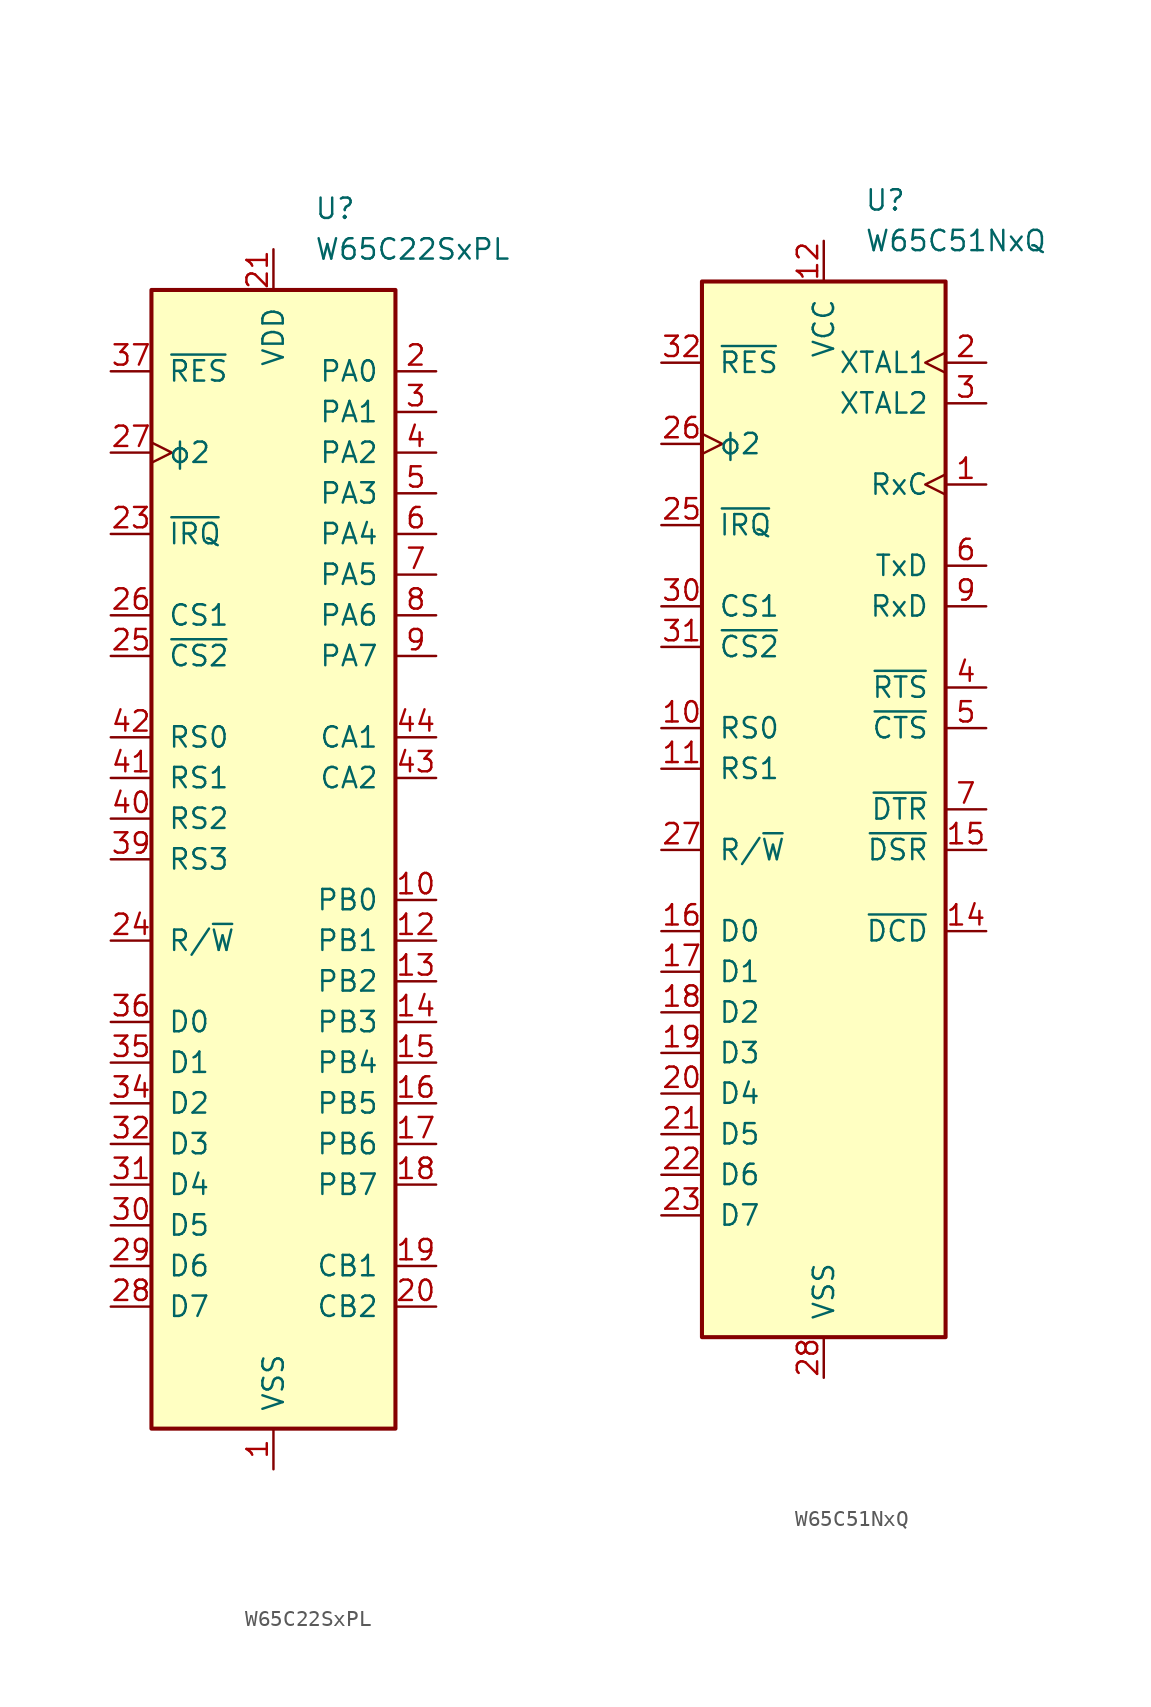
<source format=kicad_sym>
(kicad_symbol_lib
  (version 20211014)
  (generator kicad_symbol_editor)
  (symbol "W65C22SxPL"
    (pin_names
      (offset 1.016))
    (property "Reference" "U"
      (at 2.54 40.64 0)
      (effects (font (size 1.27 1.27)) (justify left)))
    (property "Value" "W65C22SxPL"
      (at 2.54 38.1 0)
      (effects (font (size 1.27 1.27)) (justify left)))
    (symbol "W65C22SxPL_0_1"
      (rectangle (start -7.62 35.56) (end 7.62 -35.56) (stroke (width 0.254) (type default) (color 0 0 0 0)) (fill (type background))))
    (symbol "W65C22SxPL_1_1"
      (pin power_in line (at 0 -38.1 90) (length 2.54) (name "VSS" (effects (font (size 1.27 1.27)))) (number "1" (effects (font (size 1.27 1.27)))))
      (pin bidirectional line (at 10.16 -2.54 180) (length 2.54) (name "PB0" (effects (font (size 1.27 1.27)))) (number "10" (effects (font (size 1.27 1.27)))))
      (pin no_connect non_logic (at -7.62 22.86 0) (length 2.54) hide (name "nc" (effects (font (size 1.27 1.27)))) (number "11" (effects (font (size 1.27 1.27)))))
      (pin bidirectional line (at 10.16 -5.08 180) (length 2.54) (name "PB1" (effects (font (size 1.27 1.27)))) (number "12" (effects (font (size 1.27 1.27)))))
      (pin bidirectional line (at 10.16 -7.62 180) (length 2.54) (name "PB2" (effects (font (size 1.27 1.27)))) (number "13" (effects (font (size 1.27 1.27)))))
      (pin bidirectional line (at 10.16 -10.16 180) (length 2.54) (name "PB3" (effects (font (size 1.27 1.27)))) (number "14" (effects (font (size 1.27 1.27)))))
      (pin bidirectional line (at 10.16 -12.7 180) (length 2.54) (name "PB4" (effects (font (size 1.27 1.27)))) (number "15" (effects (font (size 1.27 1.27)))))
      (pin bidirectional line (at 10.16 -15.24 180) (length 2.54) (name "PB5" (effects (font (size 1.27 1.27)))) (number "16" (effects (font (size 1.27 1.27)))))
      (pin bidirectional line (at 10.16 -17.78 180) (length 2.54) (name "PB6" (effects (font (size 1.27 1.27)))) (number "17" (effects (font (size 1.27 1.27)))))
      (pin bidirectional line (at 10.16 -20.32 180) (length 2.54) (name "PB7" (effects (font (size 1.27 1.27)))) (number "18" (effects (font (size 1.27 1.27)))))
      (pin input line (at 10.16 -25.4 180) (length 2.54) (name "CB1" (effects (font (size 1.27 1.27)))) (number "19" (effects (font (size 1.27 1.27)))))
      (pin bidirectional line (at 10.16 30.48 180) (length 2.54) (name "PA0" (effects (font (size 1.27 1.27)))) (number "2" (effects (font (size 1.27 1.27)))))
      (pin bidirectional line (at 10.16 -27.94 180) (length 2.54) (name "CB2" (effects (font (size 1.27 1.27)))) (number "20" (effects (font (size 1.27 1.27)))))
      (pin power_in line (at 0 38.1 270) (length 2.54) (name "VDD" (effects (font (size 1.27 1.27)))) (number "21" (effects (font (size 1.27 1.27)))))
      (pin no_connect non_logic (at -7.62 10.16 0) (length 2.54) hide (name "nc" (effects (font (size 1.27 1.27)))) (number "22" (effects (font (size 1.27 1.27)))))
      (pin output line (at -10.16 20.32 0) (length 2.54) (name "~{IRQ}" (effects (font (size 1.27 1.27)))) (number "23" (effects (font (size 1.27 1.27)))))
      (pin input line (at -10.16 -5.08 0) (length 2.54) (name "R/~{W}" (effects (font (size 1.27 1.27)))) (number "24" (effects (font (size 1.27 1.27)))))
      (pin input line (at -10.16 12.7 0) (length 2.54) (name "~{CS2}" (effects (font (size 1.27 1.27)))) (number "25" (effects (font (size 1.27 1.27)))))
      (pin input line (at -10.16 15.24 0) (length 2.54) (name "CS1" (effects (font (size 1.27 1.27)))) (number "26" (effects (font (size 1.27 1.27)))))
      (pin input clock (at -10.16 25.4 0) (length 2.54) (name "ϕ2" (effects (font (size 1.27 1.27)))) (number "27" (effects (font (size 1.27 1.27)))))
      (pin bidirectional line (at -10.16 -27.94 0) (length 2.54) (name "D7" (effects (font (size 1.27 1.27)))) (number "28" (effects (font (size 1.27 1.27)))))
      (pin bidirectional line (at -10.16 -25.4 0) (length 2.54) (name "D6" (effects (font (size 1.27 1.27)))) (number "29" (effects (font (size 1.27 1.27)))))
      (pin bidirectional line (at 10.16 27.94 180) (length 2.54) (name "PA1" (effects (font (size 1.27 1.27)))) (number "3" (effects (font (size 1.27 1.27)))))
      (pin bidirectional line (at -10.16 -22.86 0) (length 2.54) (name "D5" (effects (font (size 1.27 1.27)))) (number "30" (effects (font (size 1.27 1.27)))))
      (pin bidirectional line (at -10.16 -20.32 0) (length 2.54) (name "D4" (effects (font (size 1.27 1.27)))) (number "31" (effects (font (size 1.27 1.27)))))
      (pin bidirectional line (at -10.16 -17.78 0) (length 2.54) (name "D3" (effects (font (size 1.27 1.27)))) (number "32" (effects (font (size 1.27 1.27)))))
      (pin no_connect non_logic (at -7.62 -7.62 0) (length 2.54) hide (name "nc" (effects (font (size 1.27 1.27)))) (number "33" (effects (font (size 1.27 1.27)))))
      (pin bidirectional line (at -10.16 -15.24 0) (length 2.54) (name "D2" (effects (font (size 1.27 1.27)))) (number "34" (effects (font (size 1.27 1.27)))))
      (pin bidirectional line (at -10.16 -12.7 0) (length 2.54) (name "D1" (effects (font (size 1.27 1.27)))) (number "35" (effects (font (size 1.27 1.27)))))
      (pin bidirectional line (at -10.16 -10.16 0) (length 2.54) (name "D0" (effects (font (size 1.27 1.27)))) (number "36" (effects (font (size 1.27 1.27)))))
      (pin input line (at -10.16 30.48 0) (length 2.54) (name "~{RES}" (effects (font (size 1.27 1.27)))) (number "37" (effects (font (size 1.27 1.27)))))
      (pin no_connect non_logic (at -7.62 -30.48 0) (length 2.54) hide (name "nc" (effects (font (size 1.27 1.27)))) (number "38" (effects (font (size 1.27 1.27)))))
      (pin input line (at -10.16 0 0) (length 2.54) (name "RS3" (effects (font (size 1.27 1.27)))) (number "39" (effects (font (size 1.27 1.27)))))
      (pin bidirectional line (at 10.16 25.4 180) (length 2.54) (name "PA2" (effects (font (size 1.27 1.27)))) (number "4" (effects (font (size 1.27 1.27)))))
      (pin input line (at -10.16 2.54 0) (length 2.54) (name "RS2" (effects (font (size 1.27 1.27)))) (number "40" (effects (font (size 1.27 1.27)))))
      (pin input line (at -10.16 5.08 0) (length 2.54) (name "RS1" (effects (font (size 1.27 1.27)))) (number "41" (effects (font (size 1.27 1.27)))))
      (pin input line (at -10.16 7.62 0) (length 2.54) (name "RS0" (effects (font (size 1.27 1.27)))) (number "42" (effects (font (size 1.27 1.27)))))
      (pin bidirectional line (at 10.16 5.08 180) (length 2.54) (name "CA2" (effects (font (size 1.27 1.27)))) (number "43" (effects (font (size 1.27 1.27)))))
      (pin input line (at 10.16 7.62 180) (length 2.54) (name "CA1" (effects (font (size 1.27 1.27)))) (number "44" (effects (font (size 1.27 1.27)))))
      (pin bidirectional line (at 10.16 22.86 180) (length 2.54) (name "PA3" (effects (font (size 1.27 1.27)))) (number "5" (effects (font (size 1.27 1.27)))))
      (pin bidirectional line (at 10.16 20.32 180) (length 2.54) (name "PA4" (effects (font (size 1.27 1.27)))) (number "6" (effects (font (size 1.27 1.27)))))
      (pin bidirectional line (at 10.16 17.78 180) (length 2.54) (name "PA5" (effects (font (size 1.27 1.27)))) (number "7" (effects (font (size 1.27 1.27)))))
      (pin bidirectional line (at 10.16 15.24 180) (length 2.54) (name "PA6" (effects (font (size 1.27 1.27)))) (number "8" (effects (font (size 1.27 1.27)))))
      (pin bidirectional line (at 10.16 12.7 180) (length 2.54) (name "PA7" (effects (font (size 1.27 1.27)))) (number "9" (effects (font (size 1.27 1.27)))))))
  (symbol "W65C51NxQ"
    (pin_names
      (offset 1.016))
    (property "Reference" "U"
      (at 2.54 38.1 0)
      (effects (font (size 1.27 1.27)) (justify left)))
    (property "Value" "W65C51NxQ"
      (at 2.54 35.56 0)
      (effects (font (size 1.27 1.27)) (justify left)))
    (symbol "W65C51NxQ_0_1"
      (rectangle (start -7.62 33.02) (end 7.62 -33.02) (stroke (width 0.254) (type default) (color 0 0 0 0)) (fill (type background))))
    (symbol "W65C51NxQ_1_1"
      (pin bidirectional clock (at 10.16 20.32 180) (length 2.54) (name "RxC" (effects (font (size 1.27 1.27)))) (number "1" (effects (font (size 1.27 1.27)))))
      (pin input line (at -10.16 5.08 0) (length 2.54) (name "RS0" (effects (font (size 1.27 1.27)))) (number "10" (effects (font (size 1.27 1.27)))))
      (pin input line (at -10.16 2.54 0) (length 2.54) (name "RS1" (effects (font (size 1.27 1.27)))) (number "11" (effects (font (size 1.27 1.27)))))
      (pin power_in line (at 0 35.56 270) (length 2.54) (name "VCC" (effects (font (size 1.27 1.27)))) (number "12" (effects (font (size 1.27 1.27)))))
      (pin passive line (at 0 35.56 270) (length 2.54) hide (name "VCC" (effects (font (size 1.27 1.27)))) (number "13" (effects (font (size 1.27 1.27)))))
      (pin input line (at 10.16 -7.62 180) (length 2.54) (name "~{DCD}" (effects (font (size 1.27 1.27)))) (number "14" (effects (font (size 1.27 1.27)))))
      (pin input line (at 10.16 -2.54 180) (length 2.54) (name "~{DSR}" (effects (font (size 1.27 1.27)))) (number "15" (effects (font (size 1.27 1.27)))))
      (pin bidirectional line (at -10.16 -7.62 0) (length 2.54) (name "D0" (effects (font (size 1.27 1.27)))) (number "16" (effects (font (size 1.27 1.27)))))
      (pin bidirectional line (at -10.16 -10.16 0) (length 2.54) (name "D1" (effects (font (size 1.27 1.27)))) (number "17" (effects (font (size 1.27 1.27)))))
      (pin bidirectional line (at -10.16 -12.7 0) (length 2.54) (name "D2" (effects (font (size 1.27 1.27)))) (number "18" (effects (font (size 1.27 1.27)))))
      (pin bidirectional line (at -10.16 -15.24 0) (length 2.54) (name "D3" (effects (font (size 1.27 1.27)))) (number "19" (effects (font (size 1.27 1.27)))))
      (pin input clock (at 10.16 27.94 180) (length 2.54) (name "XTAL1" (effects (font (size 1.27 1.27)))) (number "2" (effects (font (size 1.27 1.27)))))
      (pin bidirectional line (at -10.16 -17.78 0) (length 2.54) (name "D4" (effects (font (size 1.27 1.27)))) (number "20" (effects (font (size 1.27 1.27)))))
      (pin bidirectional line (at -10.16 -20.32 0) (length 2.54) (name "D5" (effects (font (size 1.27 1.27)))) (number "21" (effects (font (size 1.27 1.27)))))
      (pin bidirectional line (at -10.16 -22.86 0) (length 2.54) (name "D6" (effects (font (size 1.27 1.27)))) (number "22" (effects (font (size 1.27 1.27)))))
      (pin bidirectional line (at -10.16 -25.4 0) (length 2.54) (name "D7" (effects (font (size 1.27 1.27)))) (number "23" (effects (font (size 1.27 1.27)))))
      (pin no_connect non_logic (at 7.62 -25.4 180) (length 2.565) hide (name "nc" (effects (font (size 1.27 1.27)))) (number "24" (effects (font (size 1.27 1.27)))))
      (pin open_collector line (at -10.16 17.78 0) (length 2.54) (name "~{IRQ}" (effects (font (size 1.27 1.27)))) (number "25" (effects (font (size 1.27 1.27)))))
      (pin input clock (at -10.16 22.86 0) (length 2.54) (name "ϕ2" (effects (font (size 1.27 1.27)))) (number "26" (effects (font (size 1.27 1.27)))))
      (pin input line (at -10.16 -2.54 0) (length 2.54) (name "R/~{W}" (effects (font (size 1.27 1.27)))) (number "27" (effects (font (size 1.27 1.27)))))
      (pin power_in line (at 0 -35.56 90) (length 2.54) (name "VSS" (effects (font (size 1.27 1.27)))) (number "28" (effects (font (size 1.27 1.27)))))
      (pin passive line (at 0 -35.56 90) (length 2.54) hide (name "VSS" (effects (font (size 1.27 1.27)))) (number "29" (effects (font (size 1.27 1.27)))))
      (pin output line (at 10.16 25.4 180) (length 2.54) (name "XTAL2" (effects (font (size 1.27 1.27)))) (number "3" (effects (font (size 1.27 1.27)))))
      (pin input line (at -10.16 12.7 0) (length 2.54) (name "CS1" (effects (font (size 1.27 1.27)))) (number "30" (effects (font (size 1.27 1.27)))))
      (pin input line (at -10.16 10.16 0) (length 2.54) (name "~{CS2}" (effects (font (size 1.27 1.27)))) (number "31" (effects (font (size 1.27 1.27)))))
      (pin input line (at -10.16 27.94 0) (length 2.54) (name "~{RES}" (effects (font (size 1.27 1.27)))) (number "32" (effects (font (size 1.27 1.27)))))
      (pin output line (at 10.16 7.62 180) (length 2.54) (name "~{RTS}" (effects (font (size 1.27 1.27)))) (number "4" (effects (font (size 1.27 1.27)))))
      (pin input line (at 10.16 5.08 180) (length 2.54) (name "~{CTS}" (effects (font (size 1.27 1.27)))) (number "5" (effects (font (size 1.27 1.27)))))
      (pin output line (at 10.16 15.24 180) (length 2.54) (name "TxD" (effects (font (size 1.27 1.27)))) (number "6" (effects (font (size 1.27 1.27)))))
      (pin output line (at 10.16 0 180) (length 2.54) (name "~{DTR}" (effects (font (size 1.27 1.27)))) (number "7" (effects (font (size 1.27 1.27)))))
      (pin no_connect non_logic (at 7.62 -22.86 180) (length 2.565) hide (name "nc" (effects (font (size 1.27 1.27)))) (number "8" (effects (font (size 1.27 1.27)))))
      (pin input line (at 10.16 12.7 180) (length 2.54) (name "RxD" (effects (font (size 1.27 1.27)))) (number "9" (effects (font (size 1.27 1.27))))))))
</source>
